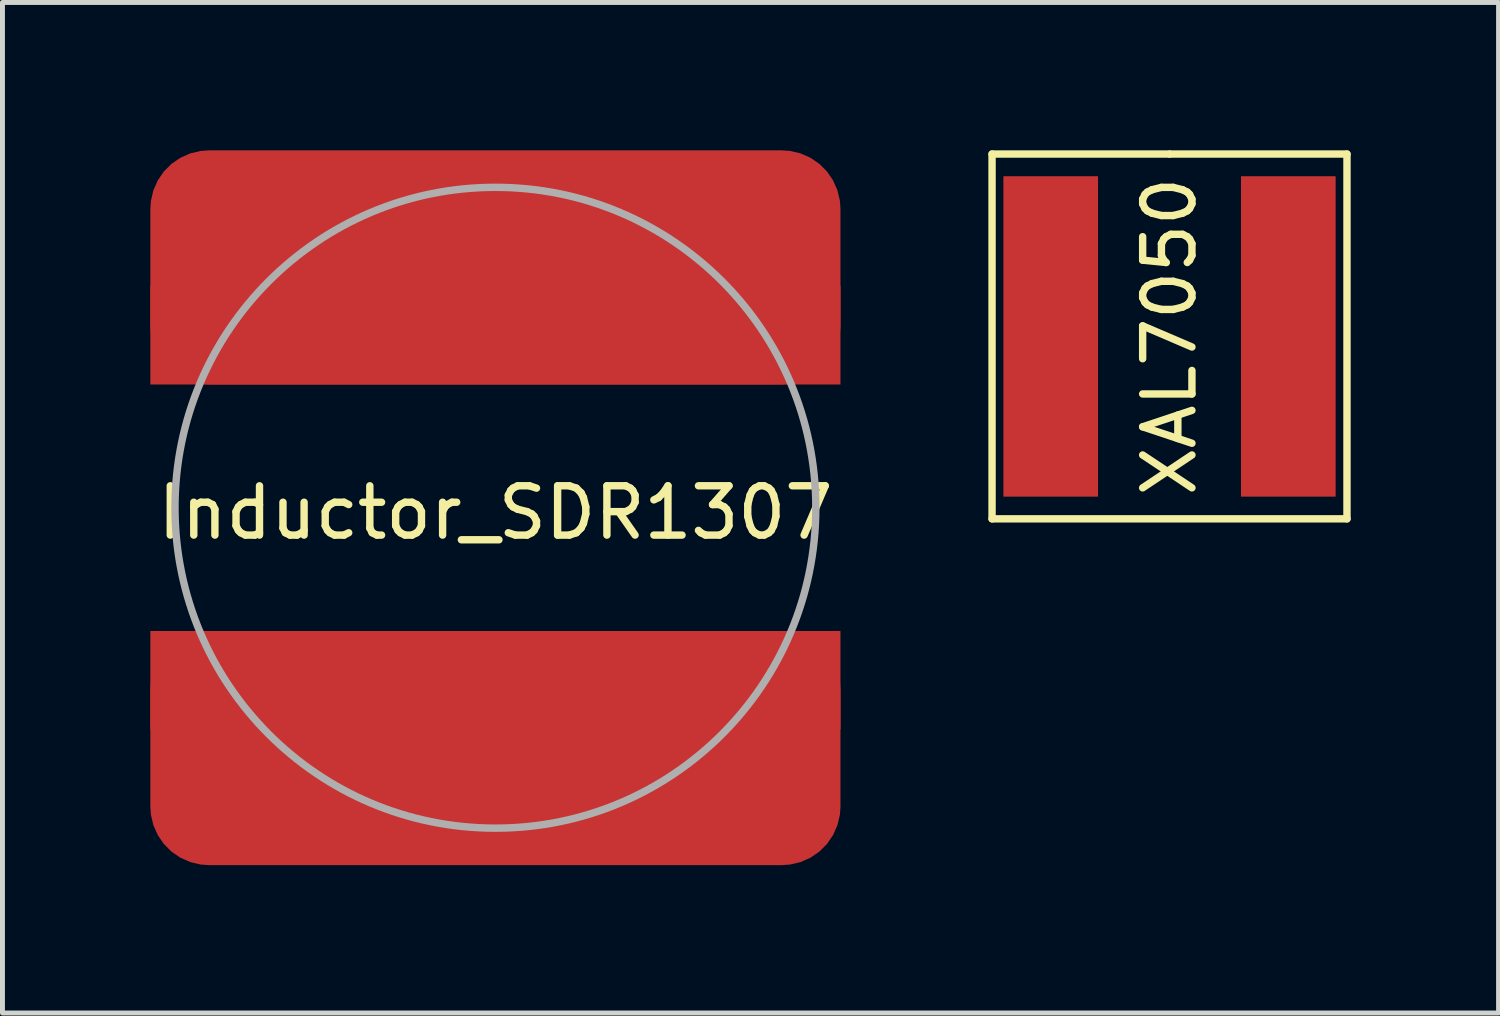
<source format=kicad_pcb>
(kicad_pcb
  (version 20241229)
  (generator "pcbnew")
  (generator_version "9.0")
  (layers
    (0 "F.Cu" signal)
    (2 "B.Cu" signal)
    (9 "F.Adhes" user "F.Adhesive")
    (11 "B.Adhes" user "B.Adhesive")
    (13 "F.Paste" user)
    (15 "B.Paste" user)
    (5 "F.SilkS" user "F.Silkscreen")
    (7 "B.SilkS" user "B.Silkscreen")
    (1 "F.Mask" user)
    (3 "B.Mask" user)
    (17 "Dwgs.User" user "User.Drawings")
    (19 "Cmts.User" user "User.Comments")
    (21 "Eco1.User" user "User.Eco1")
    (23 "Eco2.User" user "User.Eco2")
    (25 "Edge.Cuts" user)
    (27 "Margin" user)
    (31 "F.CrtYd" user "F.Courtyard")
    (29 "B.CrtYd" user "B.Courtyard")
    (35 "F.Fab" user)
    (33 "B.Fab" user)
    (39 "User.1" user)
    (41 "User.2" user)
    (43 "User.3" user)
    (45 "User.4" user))
  (footprint "Inductor_SDR1307"
    (layer "F.Cu")
    (at 7 7.25)
    (property "Reference" "Inductor_SDR1307" (at 0 0.1 0) (layer "F.SilkS") (effects (font (size 1 1) (thickness 0.15))))
    (attr smd)
    (fp_circle (center 0 0) (end 6.5 0) (stroke (width 0.15) (type solid)) (fill no) (layer "F.Fab"))
    (pad "1" smd roundrect (at 0 -4.875) (size 14 4.75) (layers "F.Cu" "F.Mask" "F.Paste") (roundrect_rratio 0.25))
    (pad "1" smd rect (at 0 -3.5) (size 14 2) (layers "F.Cu" "F.Mask" "F.Paste"))
    (pad "2" smd rect (at 0 3.5) (size 14 2) (layers "F.Cu" "F.Mask" "F.Paste"))
    (pad "2" smd roundrect (at 0 4.875) (size 14 4.75) (layers "F.Cu" "F.Mask" "F.Paste") (roundrect_rratio 0.25)))
  (footprint "XAL7050"
    (layer "F.Cu")
    (at 20.675 3.775)
    (property "Reference" "XAL7050" (at 0 0 90) (layer "F.SilkS") (effects (font (size 1 1) (thickness 0.15))))
    (attr through_hole)
    (fp_line (start -3.6 -3.7) (end 0 -3.7) (stroke (width 0.15) (type solid)) (layer "F.SilkS"))
    (fp_line (start -3.6 3.7) (end -3.6 -3.7) (stroke (width 0.15) (type solid)) (layer "F.SilkS"))
    (fp_line (start 0 -3.7) (end 3.6 -3.7) (stroke (width 0.15) (type solid)) (layer "F.SilkS"))
    (fp_line (start 3.6 -3.7) (end 3.6 3.7) (stroke (width 0.15) (type solid)) (layer "F.SilkS"))
    (fp_line (start 3.6 3.7) (end -3.6 3.7) (stroke (width 0.15) (type solid)) (layer "F.SilkS"))
    (pad "1" smd rect (at -2.41 0) (size 1.92 6.5) (layers "F.Cu" "F.Mask" "F.Paste"))
    (pad "2" smd rect (at 2.41 0) (size 1.92 6.5) (layers "F.Cu" "F.Mask" "F.Paste")))
  (gr_rect
    (start -3 -3)
    (end 27.35 17.5)
    (stroke (width 0.1) (type default))
    (fill no)
    (layer "Edge.Cuts")))
</source>
